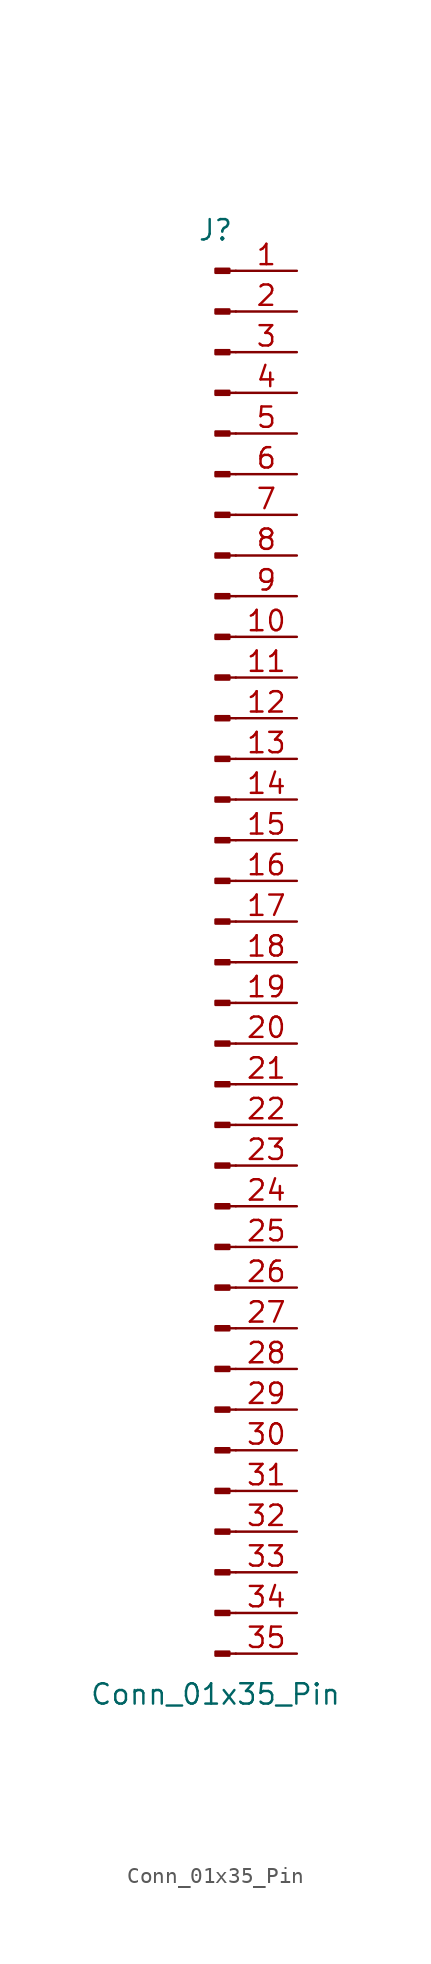
<source format=kicad_sym>
(kicad_symbol_lib
  (version 20241209)
  (generator "kicad_symbol_editor")
  (generator_version "9.0")
  (symbol "Conn_01x35_Pin"
    (pin_names
      (offset 1.016)
      (hide yes))
    (property "Reference" "J"
      (at 0 45.72 0)
      (effects (font (size 1.27 1.27))))
    (property "Value" "Conn_01x35_Pin"
      (at 0 -45.72 0)
      (effects (font (size 1.27 1.27))))
    (property "ki_locked" ""
      (at 0 0 0)
      (effects (font (size 1.27 1.27))))
    (symbol "Conn_01x35_Pin_1_1"
      (rectangle (start 0.864 43.307) (end 0 43.053) (stroke (width 0.152) (type default)) (fill (type outline)))
      (rectangle (start 0.864 40.767) (end 0 40.513) (stroke (width 0.152) (type default)) (fill (type outline)))
      (rectangle (start 0.864 38.227) (end 0 37.973) (stroke (width 0.152) (type default)) (fill (type outline)))
      (rectangle (start 0.864 35.687) (end 0 35.433) (stroke (width 0.152) (type default)) (fill (type outline)))
      (rectangle (start 0.864 33.147) (end 0 32.893) (stroke (width 0.152) (type default)) (fill (type outline)))
      (rectangle (start 0.864 30.607) (end 0 30.353) (stroke (width 0.152) (type default)) (fill (type outline)))
      (rectangle (start 0.864 28.067) (end 0 27.813) (stroke (width 0.152) (type default)) (fill (type outline)))
      (rectangle (start 0.864 25.527) (end 0 25.273) (stroke (width 0.152) (type default)) (fill (type outline)))
      (rectangle (start 0.864 22.987) (end 0 22.733) (stroke (width 0.152) (type default)) (fill (type outline)))
      (rectangle (start 0.864 20.447) (end 0 20.193) (stroke (width 0.152) (type default)) (fill (type outline)))
      (rectangle (start 0.864 17.907) (end 0 17.653) (stroke (width 0.152) (type default)) (fill (type outline)))
      (rectangle (start 0.864 15.367) (end 0 15.113) (stroke (width 0.152) (type default)) (fill (type outline)))
      (rectangle (start 0.864 12.827) (end 0 12.573) (stroke (width 0.152) (type default)) (fill (type outline)))
      (rectangle (start 0.864 10.287) (end 0 10.033) (stroke (width 0.152) (type default)) (fill (type outline)))
      (rectangle (start 0.864 7.747) (end 0 7.493) (stroke (width 0.152) (type default)) (fill (type outline)))
      (rectangle (start 0.864 5.207) (end 0 4.953) (stroke (width 0.152) (type default)) (fill (type outline)))
      (rectangle (start 0.864 2.667) (end 0 2.413) (stroke (width 0.152) (type default)) (fill (type outline)))
      (rectangle (start 0.864 0.127) (end 0 -0.127) (stroke (width 0.152) (type default)) (fill (type outline)))
      (rectangle (start 0.864 -2.413) (end 0 -2.667) (stroke (width 0.152) (type default)) (fill (type outline)))
      (rectangle (start 0.864 -4.953) (end 0 -5.207) (stroke (width 0.152) (type default)) (fill (type outline)))
      (rectangle (start 0.864 -7.493) (end 0 -7.747) (stroke (width 0.152) (type default)) (fill (type outline)))
      (rectangle (start 0.864 -10.033) (end 0 -10.287) (stroke (width 0.152) (type default)) (fill (type outline)))
      (rectangle (start 0.864 -12.573) (end 0 -12.827) (stroke (width 0.152) (type default)) (fill (type outline)))
      (rectangle (start 0.864 -15.113) (end 0 -15.367) (stroke (width 0.152) (type default)) (fill (type outline)))
      (rectangle (start 0.864 -17.653) (end 0 -17.907) (stroke (width 0.152) (type default)) (fill (type outline)))
      (rectangle (start 0.864 -20.193) (end 0 -20.447) (stroke (width 0.152) (type default)) (fill (type outline)))
      (rectangle (start 0.864 -22.733) (end 0 -22.987) (stroke (width 0.152) (type default)) (fill (type outline)))
      (rectangle (start 0.864 -25.273) (end 0 -25.527) (stroke (width 0.152) (type default)) (fill (type outline)))
      (rectangle (start 0.864 -27.813) (end 0 -28.067) (stroke (width 0.152) (type default)) (fill (type outline)))
      (rectangle (start 0.864 -30.353) (end 0 -30.607) (stroke (width 0.152) (type default)) (fill (type outline)))
      (rectangle (start 0.864 -32.893) (end 0 -33.147) (stroke (width 0.152) (type default)) (fill (type outline)))
      (rectangle (start 0.864 -35.433) (end 0 -35.687) (stroke (width 0.152) (type default)) (fill (type outline)))
      (rectangle (start 0.864 -37.973) (end 0 -38.227) (stroke (width 0.152) (type default)) (fill (type outline)))
      (rectangle (start 0.864 -40.513) (end 0 -40.767) (stroke (width 0.152) (type default)) (fill (type outline)))
      (rectangle (start 0.864 -43.053) (end 0 -43.307) (stroke (width 0.152) (type default)) (fill (type outline)))
      (polyline (pts (xy 1.27 43.18) (xy 0.864 43.18)) (stroke (width 0.152) (type default)) (fill (type none)))
      (polyline (pts (xy 1.27 40.64) (xy 0.864 40.64)) (stroke (width 0.152) (type default)) (fill (type none)))
      (polyline (pts (xy 1.27 38.1) (xy 0.864 38.1)) (stroke (width 0.152) (type default)) (fill (type none)))
      (polyline (pts (xy 1.27 35.56) (xy 0.864 35.56)) (stroke (width 0.152) (type default)) (fill (type none)))
      (polyline (pts (xy 1.27 33.02) (xy 0.864 33.02)) (stroke (width 0.152) (type default)) (fill (type none)))
      (polyline (pts (xy 1.27 30.48) (xy 0.864 30.48)) (stroke (width 0.152) (type default)) (fill (type none)))
      (polyline (pts (xy 1.27 27.94) (xy 0.864 27.94)) (stroke (width 0.152) (type default)) (fill (type none)))
      (polyline (pts (xy 1.27 25.4) (xy 0.864 25.4)) (stroke (width 0.152) (type default)) (fill (type none)))
      (polyline (pts (xy 1.27 22.86) (xy 0.864 22.86)) (stroke (width 0.152) (type default)) (fill (type none)))
      (polyline (pts (xy 1.27 20.32) (xy 0.864 20.32)) (stroke (width 0.152) (type default)) (fill (type none)))
      (polyline (pts (xy 1.27 17.78) (xy 0.864 17.78)) (stroke (width 0.152) (type default)) (fill (type none)))
      (polyline (pts (xy 1.27 15.24) (xy 0.864 15.24)) (stroke (width 0.152) (type default)) (fill (type none)))
      (polyline (pts (xy 1.27 12.7) (xy 0.864 12.7)) (stroke (width 0.152) (type default)) (fill (type none)))
      (polyline (pts (xy 1.27 10.16) (xy 0.864 10.16)) (stroke (width 0.152) (type default)) (fill (type none)))
      (polyline (pts (xy 1.27 7.62) (xy 0.864 7.62)) (stroke (width 0.152) (type default)) (fill (type none)))
      (polyline (pts (xy 1.27 5.08) (xy 0.864 5.08)) (stroke (width 0.152) (type default)) (fill (type none)))
      (polyline (pts (xy 1.27 2.54) (xy 0.864 2.54)) (stroke (width 0.152) (type default)) (fill (type none)))
      (polyline (pts (xy 1.27 0) (xy 0.864 0)) (stroke (width 0.152) (type default)) (fill (type none)))
      (polyline (pts (xy 1.27 -2.54) (xy 0.864 -2.54)) (stroke (width 0.152) (type default)) (fill (type none)))
      (polyline (pts (xy 1.27 -5.08) (xy 0.864 -5.08)) (stroke (width 0.152) (type default)) (fill (type none)))
      (polyline (pts (xy 1.27 -7.62) (xy 0.864 -7.62)) (stroke (width 0.152) (type default)) (fill (type none)))
      (polyline (pts (xy 1.27 -10.16) (xy 0.864 -10.16)) (stroke (width 0.152) (type default)) (fill (type none)))
      (polyline (pts (xy 1.27 -12.7) (xy 0.864 -12.7)) (stroke (width 0.152) (type default)) (fill (type none)))
      (polyline (pts (xy 1.27 -15.24) (xy 0.864 -15.24)) (stroke (width 0.152) (type default)) (fill (type none)))
      (polyline (pts (xy 1.27 -17.78) (xy 0.864 -17.78)) (stroke (width 0.152) (type default)) (fill (type none)))
      (polyline (pts (xy 1.27 -20.32) (xy 0.864 -20.32)) (stroke (width 0.152) (type default)) (fill (type none)))
      (polyline (pts (xy 1.27 -22.86) (xy 0.864 -22.86)) (stroke (width 0.152) (type default)) (fill (type none)))
      (polyline (pts (xy 1.27 -25.4) (xy 0.864 -25.4)) (stroke (width 0.152) (type default)) (fill (type none)))
      (polyline (pts (xy 1.27 -27.94) (xy 0.864 -27.94)) (stroke (width 0.152) (type default)) (fill (type none)))
      (polyline (pts (xy 1.27 -30.48) (xy 0.864 -30.48)) (stroke (width 0.152) (type default)) (fill (type none)))
      (polyline (pts (xy 1.27 -33.02) (xy 0.864 -33.02)) (stroke (width 0.152) (type default)) (fill (type none)))
      (polyline (pts (xy 1.27 -35.56) (xy 0.864 -35.56)) (stroke (width 0.152) (type default)) (fill (type none)))
      (polyline (pts (xy 1.27 -38.1) (xy 0.864 -38.1)) (stroke (width 0.152) (type default)) (fill (type none)))
      (polyline (pts (xy 1.27 -40.64) (xy 0.864 -40.64)) (stroke (width 0.152) (type default)) (fill (type none)))
      (polyline (pts (xy 1.27 -43.18) (xy 0.864 -43.18)) (stroke (width 0.152) (type default)) (fill (type none)))
      (pin passive line (at 5.08 43.18 180) (length 3.81) (name "Pin_1" (effects (font (size 1.27 1.27)))) (number "1" (effects (font (size 1.27 1.27)))))
      (pin passive line (at 5.08 40.64 180) (length 3.81) (name "Pin_2" (effects (font (size 1.27 1.27)))) (number "2" (effects (font (size 1.27 1.27)))))
      (pin passive line (at 5.08 38.1 180) (length 3.81) (name "Pin_3" (effects (font (size 1.27 1.27)))) (number "3" (effects (font (size 1.27 1.27)))))
      (pin passive line (at 5.08 35.56 180) (length 3.81) (name "Pin_4" (effects (font (size 1.27 1.27)))) (number "4" (effects (font (size 1.27 1.27)))))
      (pin passive line (at 5.08 33.02 180) (length 3.81) (name "Pin_5" (effects (font (size 1.27 1.27)))) (number "5" (effects (font (size 1.27 1.27)))))
      (pin passive line (at 5.08 30.48 180) (length 3.81) (name "Pin_6" (effects (font (size 1.27 1.27)))) (number "6" (effects (font (size 1.27 1.27)))))
      (pin passive line (at 5.08 27.94 180) (length 3.81) (name "Pin_7" (effects (font (size 1.27 1.27)))) (number "7" (effects (font (size 1.27 1.27)))))
      (pin passive line (at 5.08 25.4 180) (length 3.81) (name "Pin_8" (effects (font (size 1.27 1.27)))) (number "8" (effects (font (size 1.27 1.27)))))
      (pin passive line (at 5.08 22.86 180) (length 3.81) (name "Pin_9" (effects (font (size 1.27 1.27)))) (number "9" (effects (font (size 1.27 1.27)))))
      (pin passive line (at 5.08 20.32 180) (length 3.81) (name "Pin_10" (effects (font (size 1.27 1.27)))) (number "10" (effects (font (size 1.27 1.27)))))
      (pin passive line (at 5.08 17.78 180) (length 3.81) (name "Pin_11" (effects (font (size 1.27 1.27)))) (number "11" (effects (font (size 1.27 1.27)))))
      (pin passive line (at 5.08 15.24 180) (length 3.81) (name "Pin_12" (effects (font (size 1.27 1.27)))) (number "12" (effects (font (size 1.27 1.27)))))
      (pin passive line (at 5.08 12.7 180) (length 3.81) (name "Pin_13" (effects (font (size 1.27 1.27)))) (number "13" (effects (font (size 1.27 1.27)))))
      (pin passive line (at 5.08 10.16 180) (length 3.81) (name "Pin_14" (effects (font (size 1.27 1.27)))) (number "14" (effects (font (size 1.27 1.27)))))
      (pin passive line (at 5.08 7.62 180) (length 3.81) (name "Pin_15" (effects (font (size 1.27 1.27)))) (number "15" (effects (font (size 1.27 1.27)))))
      (pin passive line (at 5.08 5.08 180) (length 3.81) (name "Pin_16" (effects (font (size 1.27 1.27)))) (number "16" (effects (font (size 1.27 1.27)))))
      (pin passive line (at 5.08 2.54 180) (length 3.81) (name "Pin_17" (effects (font (size 1.27 1.27)))) (number "17" (effects (font (size 1.27 1.27)))))
      (pin passive line (at 5.08 0 180) (length 3.81) (name "Pin_18" (effects (font (size 1.27 1.27)))) (number "18" (effects (font (size 1.27 1.27)))))
      (pin passive line (at 5.08 -2.54 180) (length 3.81) (name "Pin_19" (effects (font (size 1.27 1.27)))) (number "19" (effects (font (size 1.27 1.27)))))
      (pin passive line (at 5.08 -5.08 180) (length 3.81) (name "Pin_20" (effects (font (size 1.27 1.27)))) (number "20" (effects (font (size 1.27 1.27)))))
      (pin passive line (at 5.08 -7.62 180) (length 3.81) (name "Pin_21" (effects (font (size 1.27 1.27)))) (number "21" (effects (font (size 1.27 1.27)))))
      (pin passive line (at 5.08 -10.16 180) (length 3.81) (name "Pin_22" (effects (font (size 1.27 1.27)))) (number "22" (effects (font (size 1.27 1.27)))))
      (pin passive line (at 5.08 -12.7 180) (length 3.81) (name "Pin_23" (effects (font (size 1.27 1.27)))) (number "23" (effects (font (size 1.27 1.27)))))
      (pin passive line (at 5.08 -15.24 180) (length 3.81) (name "Pin_24" (effects (font (size 1.27 1.27)))) (number "24" (effects (font (size 1.27 1.27)))))
      (pin passive line (at 5.08 -17.78 180) (length 3.81) (name "Pin_25" (effects (font (size 1.27 1.27)))) (number "25" (effects (font (size 1.27 1.27)))))
      (pin passive line (at 5.08 -20.32 180) (length 3.81) (name "Pin_26" (effects (font (size 1.27 1.27)))) (number "26" (effects (font (size 1.27 1.27)))))
      (pin passive line (at 5.08 -22.86 180) (length 3.81) (name "Pin_27" (effects (font (size 1.27 1.27)))) (number "27" (effects (font (size 1.27 1.27)))))
      (pin passive line (at 5.08 -25.4 180) (length 3.81) (name "Pin_28" (effects (font (size 1.27 1.27)))) (number "28" (effects (font (size 1.27 1.27)))))
      (pin passive line (at 5.08 -27.94 180) (length 3.81) (name "Pin_29" (effects (font (size 1.27 1.27)))) (number "29" (effects (font (size 1.27 1.27)))))
      (pin passive line (at 5.08 -30.48 180) (length 3.81) (name "Pin_30" (effects (font (size 1.27 1.27)))) (number "30" (effects (font (size 1.27 1.27)))))
      (pin passive line (at 5.08 -33.02 180) (length 3.81) (name "Pin_31" (effects (font (size 1.27 1.27)))) (number "31" (effects (font (size 1.27 1.27)))))
      (pin passive line (at 5.08 -35.56 180) (length 3.81) (name "Pin_32" (effects (font (size 1.27 1.27)))) (number "32" (effects (font (size 1.27 1.27)))))
      (pin passive line (at 5.08 -38.1 180) (length 3.81) (name "Pin_33" (effects (font (size 1.27 1.27)))) (number "33" (effects (font (size 1.27 1.27)))))
      (pin passive line (at 5.08 -40.64 180) (length 3.81) (name "Pin_34" (effects (font (size 1.27 1.27)))) (number "34" (effects (font (size 1.27 1.27)))))
      (pin passive line (at 5.08 -43.18 180) (length 3.81) (name "Pin_35" (effects (font (size 1.27 1.27)))) (number "35" (effects (font (size 1.27 1.27))))))))
</source>
